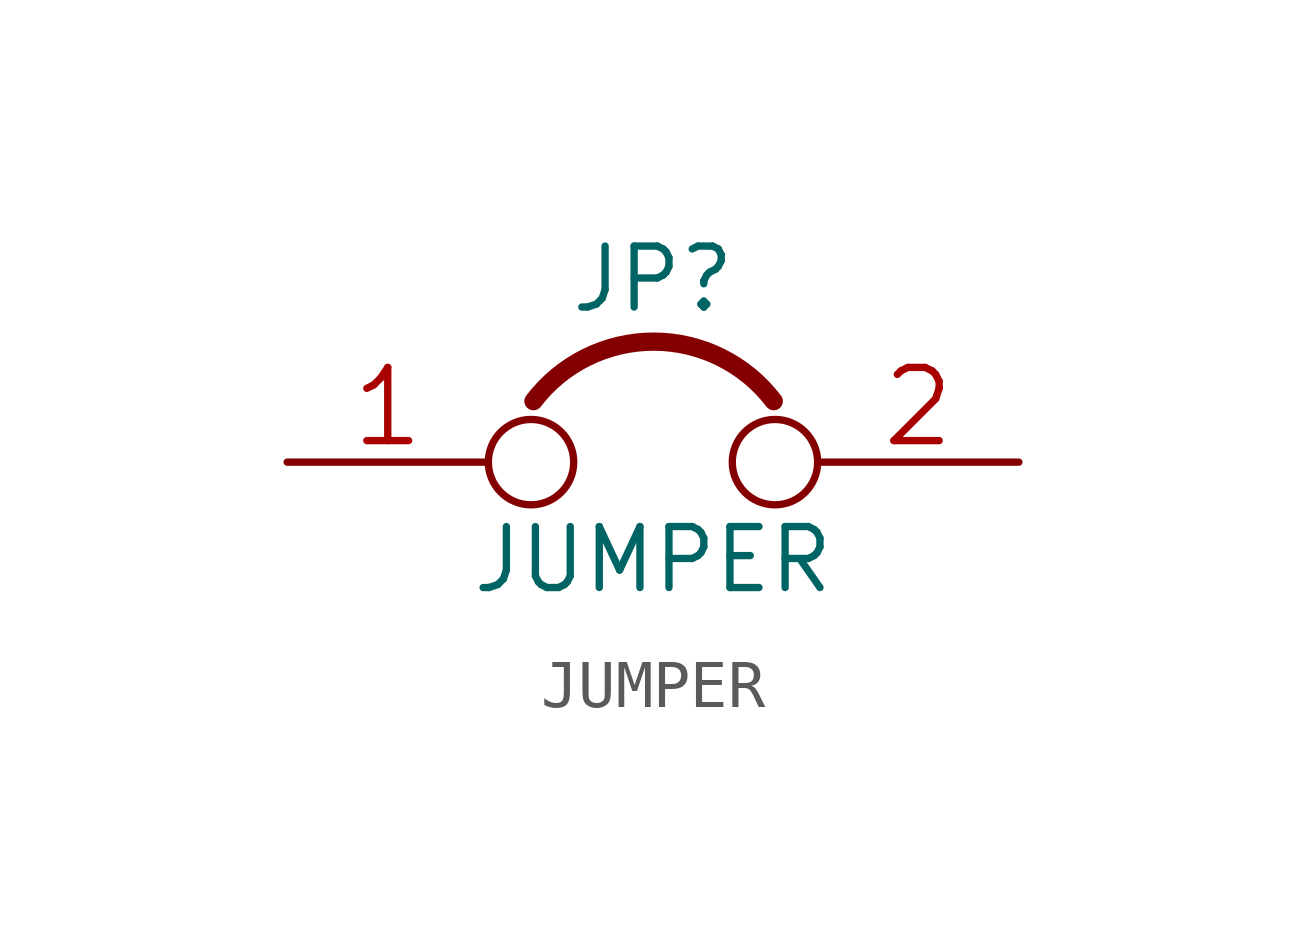
<source format=kicad_sym>
(kicad_symbol_lib
  (version 20241209)
  (generator "kicad_symbol_editor")
  (generator_version "9.0")
  (symbol "JUMPER"
    (pin_names
      (offset 0.762)
      (hide yes))
    (property "Reference" "JP"
      (at 0 3.81 0)
      (effects (font (size 1.27 1.27))))
    (property "Value" "JUMPER"
      (at 0 -2.032 0)
      (effects (font (size 1.27 1.27))))
    (property "Footprint" ""
      (at 0 0 0)
      (effects (font (size 1.524 1.524))))
    (property "Datasheet" ""
      (at 0 0 0)
      (effects (font (size 1.524 1.524))))
    (symbol "JUMPER_0_1"
      (circle (center -2.54 0) (radius 0.889) (stroke (width 0) (type default)) (fill (type none)))
      (arc (start -2.4892 1.27) (mid 0.0127 2.5097) (end 2.5146 1.27) (stroke (width 0.381) (type default)) (fill (type none)))
      (circle (center 2.54 0) (radius 0.889) (stroke (width 0) (type default)) (fill (type none)))
      (pin passive line (at -7.62 0 0) (length 4.191) (name "1" (effects (font (size 1.524 1.524)))) (number "1" (effects (font (size 1.524 1.524)))))
      (pin passive line (at 7.62 0 180) (length 4.191) (name "2" (effects (font (size 1.524 1.524)))) (number "2" (effects (font (size 1.524 1.524))))))))
</source>
